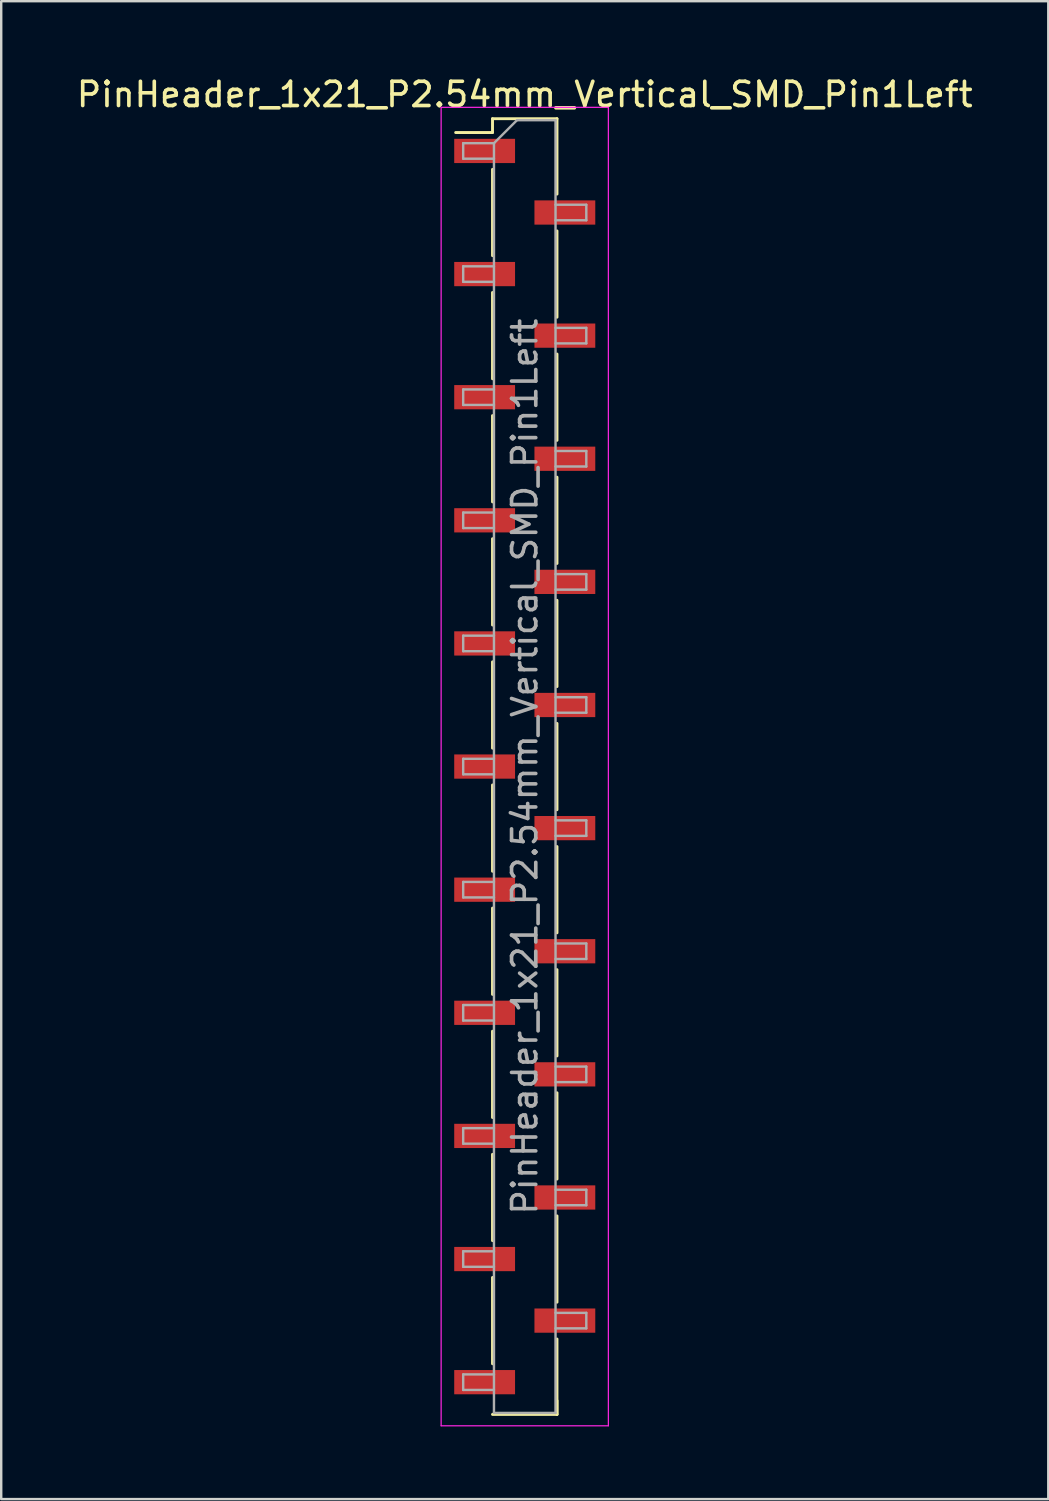
<source format=kicad_pcb>
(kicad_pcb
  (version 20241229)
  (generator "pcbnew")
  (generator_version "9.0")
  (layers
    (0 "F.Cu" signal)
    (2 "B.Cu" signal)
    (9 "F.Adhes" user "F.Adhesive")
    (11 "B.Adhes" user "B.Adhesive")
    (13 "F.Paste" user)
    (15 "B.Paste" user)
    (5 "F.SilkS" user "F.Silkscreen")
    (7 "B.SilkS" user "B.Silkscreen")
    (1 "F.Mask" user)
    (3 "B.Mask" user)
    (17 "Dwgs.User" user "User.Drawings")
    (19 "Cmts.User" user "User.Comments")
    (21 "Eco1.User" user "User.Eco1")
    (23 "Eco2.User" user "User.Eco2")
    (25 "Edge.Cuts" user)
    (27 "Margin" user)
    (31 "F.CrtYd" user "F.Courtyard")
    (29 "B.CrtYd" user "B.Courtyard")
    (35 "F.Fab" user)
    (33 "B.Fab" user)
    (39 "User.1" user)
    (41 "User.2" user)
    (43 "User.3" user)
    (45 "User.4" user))
  (footprint "PinHeader_1x21_P2.54mm_Vertical_SMD_Pin1Left"
    (layer "F.Cu")
    (at 18.601 28.578)
    (property "Reference" "PinHeader_1x21_P2.54mm_Vertical_SMD_Pin1Left" (at 0 -27.73 0) (layer "F.SilkS") (effects (font (size 1 1) (thickness 0.15))))
    (attr smd)
    (fp_line (start -1.33 -26.73) (end -1.33 -26.16) (stroke (width 0.12) (type solid)) (layer "F.SilkS"))
    (fp_line (start -1.33 -26.73) (end 1.33 -26.73) (stroke (width 0.12) (type solid)) (layer "F.SilkS"))
    (fp_line (start -1.33 -26.16) (end -2.85 -26.16) (stroke (width 0.12) (type solid)) (layer "F.SilkS"))
    (fp_line (start -1.33 -24.64) (end -1.33 -21.08) (stroke (width 0.12) (type solid)) (layer "F.SilkS"))
    (fp_line (start -1.33 -19.56) (end -1.33 -16) (stroke (width 0.12) (type solid)) (layer "F.SilkS"))
    (fp_line (start -1.33 -14.48) (end -1.33 -10.92) (stroke (width 0.12) (type solid)) (layer "F.SilkS"))
    (fp_line (start -1.33 -9.4) (end -1.33 -5.84) (stroke (width 0.12) (type solid)) (layer "F.SilkS"))
    (fp_line (start -1.33 -4.32) (end -1.33 -0.76) (stroke (width 0.12) (type solid)) (layer "F.SilkS"))
    (fp_line (start -1.33 0.76) (end -1.33 4.32) (stroke (width 0.12) (type solid)) (layer "F.SilkS"))
    (fp_line (start -1.33 5.84) (end -1.33 9.4) (stroke (width 0.12) (type solid)) (layer "F.SilkS"))
    (fp_line (start -1.33 10.92) (end -1.33 14.48) (stroke (width 0.12) (type solid)) (layer "F.SilkS"))
    (fp_line (start -1.33 16) (end -1.33 19.56) (stroke (width 0.12) (type solid)) (layer "F.SilkS"))
    (fp_line (start -1.33 21.08) (end -1.33 24.64) (stroke (width 0.12) (type solid)) (layer "F.SilkS"))
    (fp_line (start -1.33 26.73) (end 1.33 26.73) (stroke (width 0.12) (type solid)) (layer "F.SilkS"))
    (fp_line (start 1.33 -26.73) (end 1.33 -23.62) (stroke (width 0.12) (type solid)) (layer "F.SilkS"))
    (fp_line (start 1.33 -22.1) (end 1.33 -18.54) (stroke (width 0.12) (type solid)) (layer "F.SilkS"))
    (fp_line (start 1.33 -17.02) (end 1.33 -13.46) (stroke (width 0.12) (type solid)) (layer "F.SilkS"))
    (fp_line (start 1.33 -11.94) (end 1.33 -8.38) (stroke (width 0.12) (type solid)) (layer "F.SilkS"))
    (fp_line (start 1.33 -6.86) (end 1.33 -3.3) (stroke (width 0.12) (type solid)) (layer "F.SilkS"))
    (fp_line (start 1.33 -1.78) (end 1.33 1.78) (stroke (width 0.12) (type solid)) (layer "F.SilkS"))
    (fp_line (start 1.33 3.3) (end 1.33 6.86) (stroke (width 0.12) (type solid)) (layer "F.SilkS"))
    (fp_line (start 1.33 8.38) (end 1.33 11.94) (stroke (width 0.12) (type solid)) (layer "F.SilkS"))
    (fp_line (start 1.33 13.46) (end 1.33 17.02) (stroke (width 0.12) (type solid)) (layer "F.SilkS"))
    (fp_line (start 1.33 18.54) (end 1.33 22.1) (stroke (width 0.12) (type solid)) (layer "F.SilkS"))
    (fp_line (start 1.33 23.62) (end 1.33 26.73) (stroke (width 0.12) (type solid)) (layer "F.SilkS"))
    (fp_line (start 1.33 26.16) (end 1.33 26.73) (stroke (width 0.12) (type solid)) (layer "F.SilkS"))
    (fp_line (start -3.45 -27.2) (end -3.45 27.2) (stroke (width 0.05) (type solid)) (layer "F.CrtYd"))
    (fp_line (start -3.45 27.2) (end 3.45 27.2) (stroke (width 0.05) (type solid)) (layer "F.CrtYd"))
    (fp_line (start 3.45 -27.2) (end -3.45 -27.2) (stroke (width 0.05) (type solid)) (layer "F.CrtYd"))
    (fp_line (start 3.45 27.2) (end 3.45 -27.2) (stroke (width 0.05) (type solid)) (layer "F.CrtYd"))
    (fp_line (start -2.54 -25.72) (end -2.54 -25.08) (stroke (width 0.1) (type solid)) (layer "F.Fab"))
    (fp_line (start -2.54 -25.08) (end -1.27 -25.08) (stroke (width 0.1) (type solid)) (layer "F.Fab"))
    (fp_line (start -2.54 -20.64) (end -2.54 -20) (stroke (width 0.1) (type solid)) (layer "F.Fab"))
    (fp_line (start -2.54 -20) (end -1.27 -20) (stroke (width 0.1) (type solid)) (layer "F.Fab"))
    (fp_line (start -2.54 -15.56) (end -2.54 -14.92) (stroke (width 0.1) (type solid)) (layer "F.Fab"))
    (fp_line (start -2.54 -14.92) (end -1.27 -14.92) (stroke (width 0.1) (type solid)) (layer "F.Fab"))
    (fp_line (start -2.54 -10.48) (end -2.54 -9.84) (stroke (width 0.1) (type solid)) (layer "F.Fab"))
    (fp_line (start -2.54 -9.84) (end -1.27 -9.84) (stroke (width 0.1) (type solid)) (layer "F.Fab"))
    (fp_line (start -2.54 -5.4) (end -2.54 -4.76) (stroke (width 0.1) (type solid)) (layer "F.Fab"))
    (fp_line (start -2.54 -4.76) (end -1.27 -4.76) (stroke (width 0.1) (type solid)) (layer "F.Fab"))
    (fp_line (start -2.54 -0.32) (end -2.54 0.32) (stroke (width 0.1) (type solid)) (layer "F.Fab"))
    (fp_line (start -2.54 0.32) (end -1.27 0.32) (stroke (width 0.1) (type solid)) (layer "F.Fab"))
    (fp_line (start -2.54 4.76) (end -2.54 5.4) (stroke (width 0.1) (type solid)) (layer "F.Fab"))
    (fp_line (start -2.54 5.4) (end -1.27 5.4) (stroke (width 0.1) (type solid)) (layer "F.Fab"))
    (fp_line (start -2.54 9.84) (end -2.54 10.48) (stroke (width 0.1) (type solid)) (layer "F.Fab"))
    (fp_line (start -2.54 10.48) (end -1.27 10.48) (stroke (width 0.1) (type solid)) (layer "F.Fab"))
    (fp_line (start -2.54 14.92) (end -2.54 15.56) (stroke (width 0.1) (type solid)) (layer "F.Fab"))
    (fp_line (start -2.54 15.56) (end -1.27 15.56) (stroke (width 0.1) (type solid)) (layer "F.Fab"))
    (fp_line (start -2.54 20) (end -2.54 20.64) (stroke (width 0.1) (type solid)) (layer "F.Fab"))
    (fp_line (start -2.54 20.64) (end -1.27 20.64) (stroke (width 0.1) (type solid)) (layer "F.Fab"))
    (fp_line (start -2.54 25.08) (end -2.54 25.72) (stroke (width 0.1) (type solid)) (layer "F.Fab"))
    (fp_line (start -2.54 25.72) (end -1.27 25.72) (stroke (width 0.1) (type solid)) (layer "F.Fab"))
    (fp_line (start -1.27 -25.72) (end -2.54 -25.72) (stroke (width 0.1) (type solid)) (layer "F.Fab"))
    (fp_line (start -1.27 -25.72) (end -0.32 -26.67) (stroke (width 0.1) (type solid)) (layer "F.Fab"))
    (fp_line (start -1.27 -20.64) (end -2.54 -20.64) (stroke (width 0.1) (type solid)) (layer "F.Fab"))
    (fp_line (start -1.27 -15.56) (end -2.54 -15.56) (stroke (width 0.1) (type solid)) (layer "F.Fab"))
    (fp_line (start -1.27 -10.48) (end -2.54 -10.48) (stroke (width 0.1) (type solid)) (layer "F.Fab"))
    (fp_line (start -1.27 -5.4) (end -2.54 -5.4) (stroke (width 0.1) (type solid)) (layer "F.Fab"))
    (fp_line (start -1.27 -0.32) (end -2.54 -0.32) (stroke (width 0.1) (type solid)) (layer "F.Fab"))
    (fp_line (start -1.27 4.76) (end -2.54 4.76) (stroke (width 0.1) (type solid)) (layer "F.Fab"))
    (fp_line (start -1.27 9.84) (end -2.54 9.84) (stroke (width 0.1) (type solid)) (layer "F.Fab"))
    (fp_line (start -1.27 14.92) (end -2.54 14.92) (stroke (width 0.1) (type solid)) (layer "F.Fab"))
    (fp_line (start -1.27 20) (end -2.54 20) (stroke (width 0.1) (type solid)) (layer "F.Fab"))
    (fp_line (start -1.27 25.08) (end -2.54 25.08) (stroke (width 0.1) (type solid)) (layer "F.Fab"))
    (fp_line (start -1.27 26.67) (end -1.27 -25.72) (stroke (width 0.1) (type solid)) (layer "F.Fab"))
    (fp_line (start -0.32 -26.67) (end 1.27 -26.67) (stroke (width 0.1) (type solid)) (layer "F.Fab"))
    (fp_line (start 1.27 -26.67) (end 1.27 26.67) (stroke (width 0.1) (type solid)) (layer "F.Fab"))
    (fp_line (start 1.27 -23.18) (end 2.54 -23.18) (stroke (width 0.1) (type solid)) (layer "F.Fab"))
    (fp_line (start 1.27 -18.1) (end 2.54 -18.1) (stroke (width 0.1) (type solid)) (layer "F.Fab"))
    (fp_line (start 1.27 -13.02) (end 2.54 -13.02) (stroke (width 0.1) (type solid)) (layer "F.Fab"))
    (fp_line (start 1.27 -7.94) (end 2.54 -7.94) (stroke (width 0.1) (type solid)) (layer "F.Fab"))
    (fp_line (start 1.27 -2.86) (end 2.54 -2.86) (stroke (width 0.1) (type solid)) (layer "F.Fab"))
    (fp_line (start 1.27 2.22) (end 2.54 2.22) (stroke (width 0.1) (type solid)) (layer "F.Fab"))
    (fp_line (start 1.27 7.3) (end 2.54 7.3) (stroke (width 0.1) (type solid)) (layer "F.Fab"))
    (fp_line (start 1.27 12.38) (end 2.54 12.38) (stroke (width 0.1) (type solid)) (layer "F.Fab"))
    (fp_line (start 1.27 17.46) (end 2.54 17.46) (stroke (width 0.1) (type solid)) (layer "F.Fab"))
    (fp_line (start 1.27 22.54) (end 2.54 22.54) (stroke (width 0.1) (type solid)) (layer "F.Fab"))
    (fp_line (start 1.27 26.67) (end -1.27 26.67) (stroke (width 0.1) (type solid)) (layer "F.Fab"))
    (fp_line (start 2.54 -23.18) (end 2.54 -22.54) (stroke (width 0.1) (type solid)) (layer "F.Fab"))
    (fp_line (start 2.54 -22.54) (end 1.27 -22.54) (stroke (width 0.1) (type solid)) (layer "F.Fab"))
    (fp_line (start 2.54 -18.1) (end 2.54 -17.46) (stroke (width 0.1) (type solid)) (layer "F.Fab"))
    (fp_line (start 2.54 -17.46) (end 1.27 -17.46) (stroke (width 0.1) (type solid)) (layer "F.Fab"))
    (fp_line (start 2.54 -13.02) (end 2.54 -12.38) (stroke (width 0.1) (type solid)) (layer "F.Fab"))
    (fp_line (start 2.54 -12.38) (end 1.27 -12.38) (stroke (width 0.1) (type solid)) (layer "F.Fab"))
    (fp_line (start 2.54 -7.94) (end 2.54 -7.3) (stroke (width 0.1) (type solid)) (layer "F.Fab"))
    (fp_line (start 2.54 -7.3) (end 1.27 -7.3) (stroke (width 0.1) (type solid)) (layer "F.Fab"))
    (fp_line (start 2.54 -2.86) (end 2.54 -2.22) (stroke (width 0.1) (type solid)) (layer "F.Fab"))
    (fp_line (start 2.54 -2.22) (end 1.27 -2.22) (stroke (width 0.1) (type solid)) (layer "F.Fab"))
    (fp_line (start 2.54 2.22) (end 2.54 2.86) (stroke (width 0.1) (type solid)) (layer "F.Fab"))
    (fp_line (start 2.54 2.86) (end 1.27 2.86) (stroke (width 0.1) (type solid)) (layer "F.Fab"))
    (fp_line (start 2.54 7.3) (end 2.54 7.94) (stroke (width 0.1) (type solid)) (layer "F.Fab"))
    (fp_line (start 2.54 7.94) (end 1.27 7.94) (stroke (width 0.1) (type solid)) (layer "F.Fab"))
    (fp_line (start 2.54 12.38) (end 2.54 13.02) (stroke (width 0.1) (type solid)) (layer "F.Fab"))
    (fp_line (start 2.54 13.02) (end 1.27 13.02) (stroke (width 0.1) (type solid)) (layer "F.Fab"))
    (fp_line (start 2.54 17.46) (end 2.54 18.1) (stroke (width 0.1) (type solid)) (layer "F.Fab"))
    (fp_line (start 2.54 18.1) (end 1.27 18.1) (stroke (width 0.1) (type solid)) (layer "F.Fab"))
    (fp_line (start 2.54 22.54) (end 2.54 23.18) (stroke (width 0.1) (type solid)) (layer "F.Fab"))
    (fp_line (start 2.54 23.18) (end 1.27 23.18) (stroke (width 0.1) (type solid)) (layer "F.Fab"))
    (fp_text user "${REFERENCE}" (at 0 0 90) (layer "F.Fab") (effects (font (size 1 1) (thickness 0.15))))
    (pad "1" smd rect (at -1.655 -25.4) (size 2.51 1) (layers "F.Cu" "F.Mask" "F.Paste"))
    (pad "2" smd rect (at 1.655 -22.86) (size 2.51 1) (layers "F.Cu" "F.Mask" "F.Paste"))
    (pad "3" smd rect (at -1.655 -20.32) (size 2.51 1) (layers "F.Cu" "F.Mask" "F.Paste"))
    (pad "4" smd rect (at 1.655 -17.78) (size 2.51 1) (layers "F.Cu" "F.Mask" "F.Paste"))
    (pad "5" smd rect (at -1.655 -15.24) (size 2.51 1) (layers "F.Cu" "F.Mask" "F.Paste"))
    (pad "6" smd rect (at 1.655 -12.7) (size 2.51 1) (layers "F.Cu" "F.Mask" "F.Paste"))
    (pad "7" smd rect (at -1.655 -10.16) (size 2.51 1) (layers "F.Cu" "F.Mask" "F.Paste"))
    (pad "8" smd rect (at 1.655 -7.62) (size 2.51 1) (layers "F.Cu" "F.Mask" "F.Paste"))
    (pad "9" smd rect (at -1.655 -5.08) (size 2.51 1) (layers "F.Cu" "F.Mask" "F.Paste"))
    (pad "10" smd rect (at 1.655 -2.54) (size 2.51 1) (layers "F.Cu" "F.Mask" "F.Paste"))
    (pad "11" smd rect (at -1.655 0) (size 2.51 1) (layers "F.Cu" "F.Mask" "F.Paste"))
    (pad "12" smd rect (at 1.655 2.54) (size 2.51 1) (layers "F.Cu" "F.Mask" "F.Paste"))
    (pad "13" smd rect (at -1.655 5.08) (size 2.51 1) (layers "F.Cu" "F.Mask" "F.Paste"))
    (pad "14" smd rect (at 1.655 7.62) (size 2.51 1) (layers "F.Cu" "F.Mask" "F.Paste"))
    (pad "15" smd rect (at -1.655 10.16) (size 2.51 1) (layers "F.Cu" "F.Mask" "F.Paste"))
    (pad "16" smd rect (at 1.655 12.7) (size 2.51 1) (layers "F.Cu" "F.Mask" "F.Paste"))
    (pad "17" smd rect (at -1.655 15.24) (size 2.51 1) (layers "F.Cu" "F.Mask" "F.Paste"))
    (pad "18" smd rect (at 1.655 17.78) (size 2.51 1) (layers "F.Cu" "F.Mask" "F.Paste"))
    (pad "19" smd rect (at -1.655 20.32) (size 2.51 1) (layers "F.Cu" "F.Mask" "F.Paste"))
    (pad "20" smd rect (at 1.655 22.86) (size 2.51 1) (layers "F.Cu" "F.Mask" "F.Paste"))
    (pad "21" smd rect (at -1.655 25.4) (size 2.51 1) (layers "F.Cu" "F.Mask" "F.Paste")))
  (gr_rect
    (start -3 -3)
    (end 40.202 58.803)
    (stroke (width 0.1) (type default))
    (fill no)
    (layer "Edge.Cuts")))
</source>
